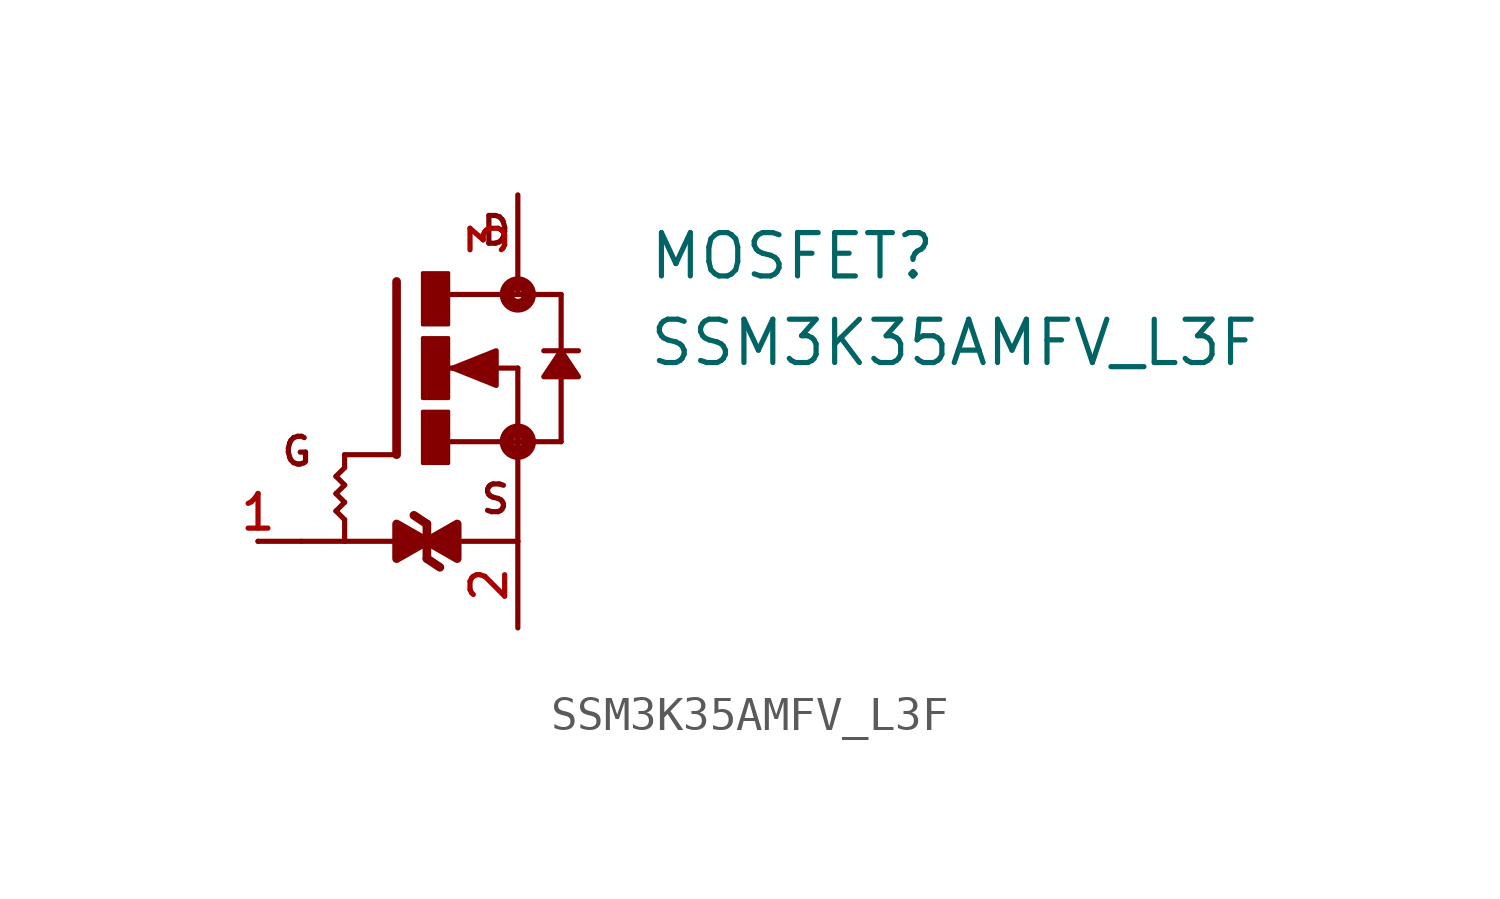
<source format=kicad_sym>
(kicad_symbol_lib
  (version 20211014)
  (generator kicad_symbol_editor)
  (symbol "SSM3K35AMFV_L3F"
    (pin_names
      (offset 1.016))
    (property "Reference" "MOSFET"
      (at 6.35 2.54 0)
      (effects (font (size 1.27 1.27)) (justify bottom left)))
    (property "Value" "SSM3K35AMFV_L3F"
      (at 6.35 0.0 0)
      (effects (font (size 1.27 1.27)) (justify bottom left)))
    (symbol "SSM3K35AMFV_L3F_0_0"
      (polyline (pts (xy -1.016 2.54) (xy -1.016 -2.54)) (stroke (width 0.254)))
      (polyline (pts (xy -1.016 -2.54) (xy -2.54 -2.54)) (stroke (width 0.152)))
      (polyline (pts (xy 2.54 2.54) (xy 2.54 2.159)) (stroke (width 0.152)))
      (polyline (pts (xy 0.508 -2.159) (xy 2.54 -2.159)) (stroke (width 0.152)))
      (polyline (pts (xy 2.54 -2.159) (xy 2.54 -2.54)) (stroke (width 0.152)))
      (polyline (pts (xy 0.381 0.0) (xy 2.54 0.0)) (stroke (width 0.152)))
      (polyline (pts (xy 3.302 0.508) (xy 3.81 0.508)) (stroke (width 0.152)))
      (polyline (pts (xy 3.81 0.508) (xy 4.318 0.508)) (stroke (width 0.152)))
      (polyline (pts (xy 3.81 2.159) (xy 2.54 2.159)) (stroke (width 0.152)))
      (polyline (pts (xy 2.54 2.159) (xy 0.533 2.159)) (stroke (width 0.152)))
      (polyline (pts (xy 3.81 0.508) (xy 3.81 2.159)) (stroke (width 0.152)))
      (polyline (pts (xy 3.81 -2.159) (xy 3.81 -0.127)) (stroke (width 0.152)))
      (polyline (pts (xy 3.81 -2.159) (xy 2.54 -2.159)) (stroke (width 0.152)))
      (polyline (pts (xy 2.54 0.0) (xy 2.54 -2.159)) (stroke (width 0.152)))
      (circle (center 2.54 2.159) (radius 0.127) (stroke (width 0.406)) (fill (type none)))
      (circle (center 2.54 -2.159) (radius 0.127) (stroke (width 0.406)) (fill (type none)))
      (text "D" (at 1.397 3.556 0) (effects (font (size 0.813 0.813)) (justify bottom left)))
      (text "S" (at 1.397 -4.318 0) (effects (font (size 0.813 0.813)) (justify bottom left)))
      (text "G" (at -4.445 -2.921 0) (effects (font (size 0.813 0.813)) (justify bottom left)))
      (rectangle (start -0.254 -2.794) (end 0.508 -1.27) (stroke (width 0.1)) (fill (type outline)))
      (rectangle (start -0.254 1.27) (end 0.508 2.794) (stroke (width 0.1)) (fill (type outline)))
      (rectangle (start -0.254 -0.889) (end 0.508 0.889) (stroke (width 0.1)) (fill (type outline)))
      (polyline (pts (xy 3.81 0.508) (xy 3.302 -0.254) (xy 4.318 -0.254) (xy 3.81 0.508)) (stroke (width 0.152)) (fill (type outline)))
      (polyline (pts (xy 0.635 0.0) (xy 1.905 -0.508) (xy 1.905 0.508) (xy 0.635 0.0)) (stroke (width 0.152)) (fill (type outline)))
      (polyline (pts (xy -0.127 -5.08) (xy 0.762 -4.572) (xy 0.762 -5.588) (xy -0.127 -5.08)) (stroke (width 0.254)) (fill (type outline)))
      (polyline (pts (xy -0.127 -5.08) (xy -1.016 -4.572) (xy -1.016 -5.588) (xy -0.127 -5.08)) (stroke (width 0.254)) (fill (type outline)))
      (polyline (pts (xy -0.127 -4.572) (xy -0.508 -4.318)) (stroke (width 0.254)))
      (polyline (pts (xy -0.127 -4.572) (xy -0.127 -5.588)) (stroke (width 0.254)))
      (polyline (pts (xy -0.127 -5.588) (xy 0.254 -5.842)) (stroke (width 0.254)))
      (polyline (pts (xy 0.889 -5.08) (xy 2.54 -5.08)) (stroke (width 0.152)))
      (polyline (pts (xy -2.54 -2.54) (xy -2.54 -2.921)) (stroke (width 0.152)))
      (polyline (pts (xy -2.54 -2.921) (xy -2.794 -3.175)) (stroke (width 0.152)))
      (polyline (pts (xy -2.794 -3.175) (xy -2.54 -3.429)) (stroke (width 0.152)))
      (polyline (pts (xy -2.54 -3.429) (xy -2.794 -3.683)) (stroke (width 0.152)))
      (polyline (pts (xy -2.794 -3.683) (xy -2.54 -3.937)) (stroke (width 0.152)))
      (polyline (pts (xy -2.54 -3.937) (xy -2.794 -4.191)) (stroke (width 0.152)))
      (polyline (pts (xy -2.794 -4.191) (xy -2.54 -4.445)) (stroke (width 0.152)))
      (polyline (pts (xy -2.54 -4.445) (xy -2.54 -5.08)) (stroke (width 0.152)))
      (polyline (pts (xy -1.143 -5.08) (xy -2.54 -5.08)) (stroke (width 0.152)))
      (polyline (pts (xy -2.54 -5.08) (xy -3.81 -5.08)) (stroke (width 0.152)))
      (polyline (pts (xy 2.54 -5.08) (xy 2.54 -1.778)) (stroke (width 0.152)))
      (polyline (pts (xy -3.81 -5.08) (xy -5.08 -5.08)) (stroke (width 0.152)))
      (pin passive line (at -5.08 -5.08 0) (length 0) (name "~" (effects (font (size 1.016 1.016)))) (number "1" (effects (font (size 1.016 1.016)))))
      (pin passive line (at 2.54 -7.62 90.0) (length 2.54) (name "~" (effects (font (size 1.016 1.016)))) (number "2" (effects (font (size 1.016 1.016)))))
      (pin passive line (at 2.54 5.08 270.0) (length 2.54) (name "~" (effects (font (size 1.016 1.016)))) (number "3" (effects (font (size 1.016 1.016))))))))
</source>
